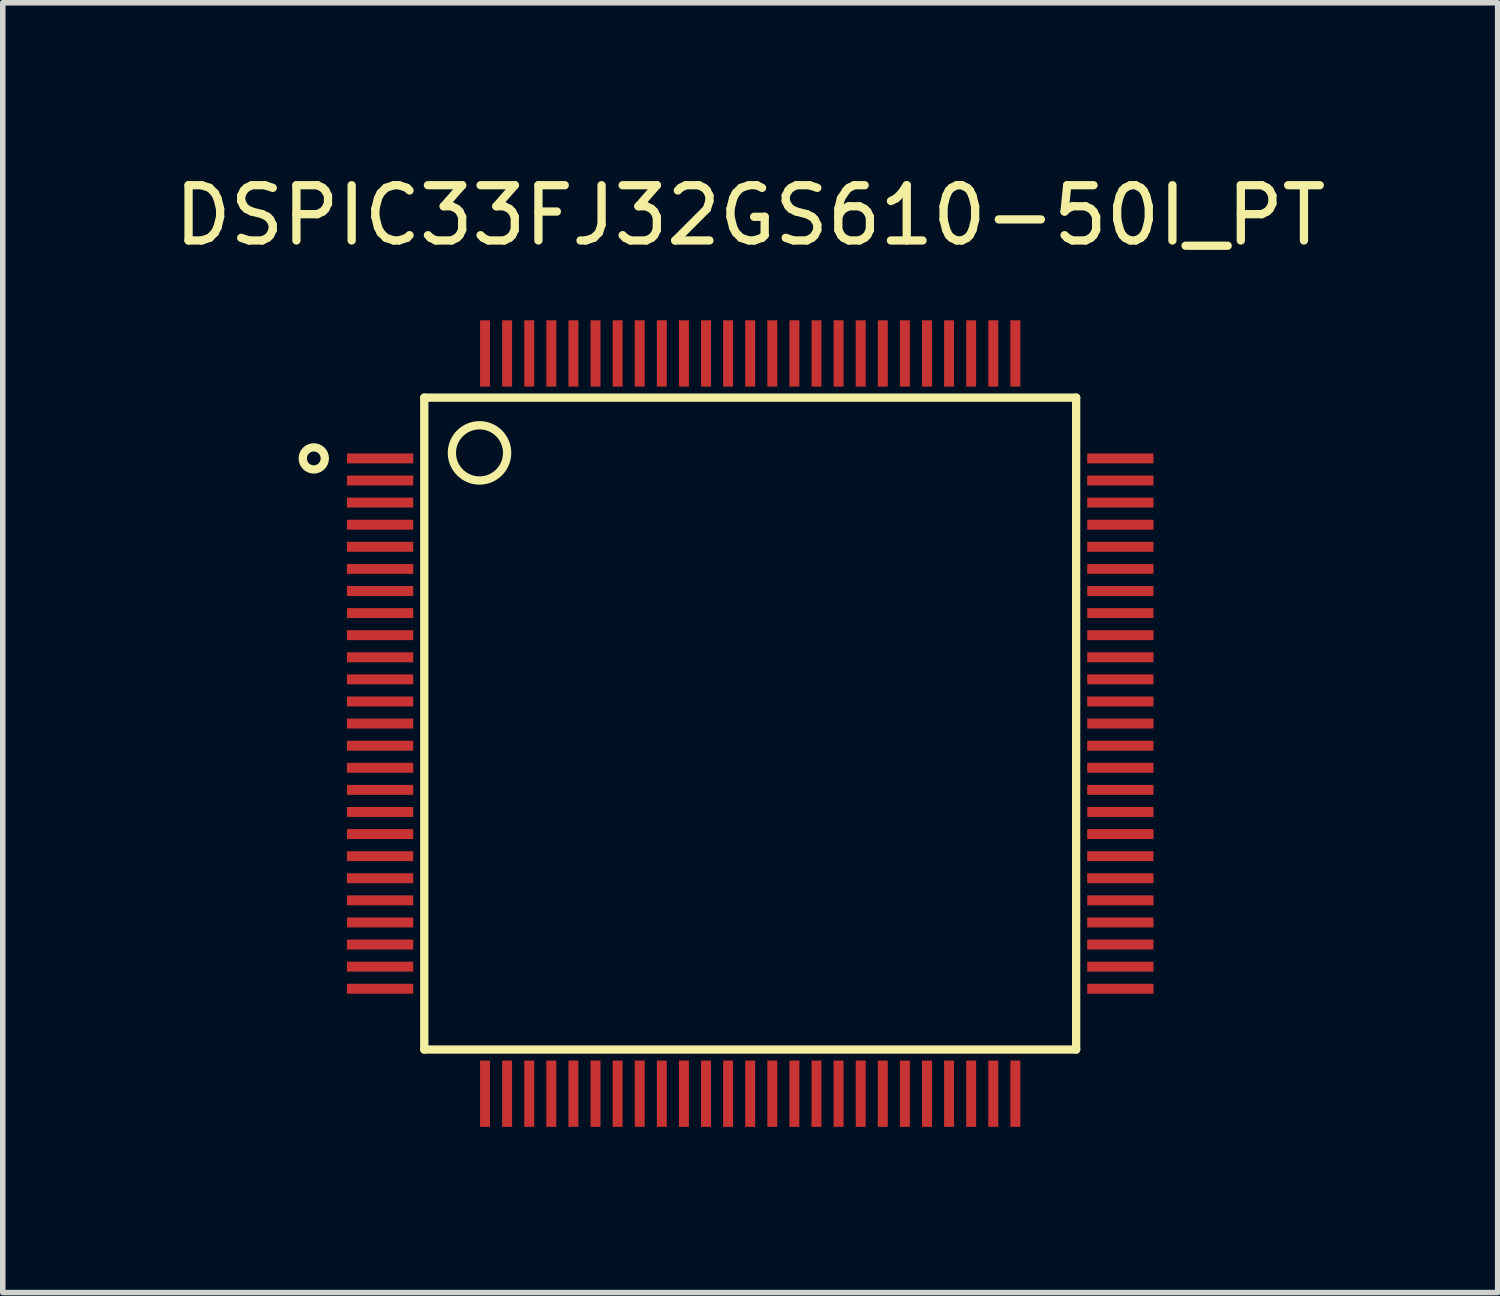
<source format=kicad_pcb>
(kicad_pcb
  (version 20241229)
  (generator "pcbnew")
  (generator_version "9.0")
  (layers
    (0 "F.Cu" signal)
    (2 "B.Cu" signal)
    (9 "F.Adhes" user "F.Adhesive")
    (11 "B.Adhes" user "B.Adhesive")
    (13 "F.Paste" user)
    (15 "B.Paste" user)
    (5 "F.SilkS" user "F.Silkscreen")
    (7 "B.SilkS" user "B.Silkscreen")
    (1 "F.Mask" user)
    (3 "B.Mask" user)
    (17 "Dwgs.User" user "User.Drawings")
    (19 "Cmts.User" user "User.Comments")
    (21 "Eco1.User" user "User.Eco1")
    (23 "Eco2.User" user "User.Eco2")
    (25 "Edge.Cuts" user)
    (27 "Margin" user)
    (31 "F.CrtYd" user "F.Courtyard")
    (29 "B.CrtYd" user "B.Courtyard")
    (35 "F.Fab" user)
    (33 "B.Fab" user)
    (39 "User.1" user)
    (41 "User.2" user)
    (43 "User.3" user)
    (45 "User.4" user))
  (footprint "DSPIC33FJ32GS610-50I_PT"
    (layer "F.Cu")
    (at 3.83 3.348)
    (property "Reference" "DSPIC33FJ32GS610-50I_PT" (at 6.7 -2.5 0) (layer "F.SilkS") (effects (font (size 1 1) (thickness 0.15))))
    (attr through_hole)
    (fp_line (start 0.8 0.8) (end 0.8 12.6) (stroke (width 0.15) (type solid)) (layer "F.SilkS"))
    (fp_line (start 0.8 0.8) (end 12.6 0.8) (stroke (width 0.15) (type solid)) (layer "F.SilkS"))
    (fp_line (start 0.8 12.6) (end 12.6 12.6) (stroke (width 0.15) (type solid)) (layer "F.SilkS"))
    (fp_line (start 12.6 12.6) (end 12.6 0.8) (stroke (width 0.15) (type solid)) (layer "F.SilkS"))
    (fp_circle (center -1.2 1.9) (end -1.2 1.7) (stroke (width 0.15) (type solid)) (fill no) (layer "F.SilkS"))
    (fp_circle (center 1.8 1.8) (end 1.8 1.3) (stroke (width 0.15) (type solid)) (fill no) (layer "F.SilkS"))
    (pad "1" smd rect (at 0 1.9) (size 1.2 0.18) (layers "F.Cu" "F.Mask" "F.Paste"))
    (pad "2" smd rect (at 0 2.3) (size 1.2 0.18) (layers "F.Cu" "F.Mask" "F.Paste"))
    (pad "3" smd rect (at 0 2.7) (size 1.2 0.18) (layers "F.Cu" "F.Mask" "F.Paste"))
    (pad "4" smd rect (at 0 3.1) (size 1.2 0.18) (layers "F.Cu" "F.Mask" "F.Paste"))
    (pad "5" smd rect (at 0 3.5) (size 1.2 0.18) (layers "F.Cu" "F.Mask" "F.Paste"))
    (pad "6" smd rect (at 0 3.9) (size 1.2 0.18) (layers "F.Cu" "F.Mask" "F.Paste"))
    (pad "7" smd rect (at 0 4.3) (size 1.2 0.18) (layers "F.Cu" "F.Mask" "F.Paste"))
    (pad "8" smd rect (at 0 4.7) (size 1.2 0.18) (layers "F.Cu" "F.Mask" "F.Paste"))
    (pad "9" smd rect (at 0 5.1) (size 1.2 0.18) (layers "F.Cu" "F.Mask" "F.Paste"))
    (pad "10" smd rect (at 0 5.5) (size 1.2 0.18) (layers "F.Cu" "F.Mask" "F.Paste"))
    (pad "11" smd rect (at 0 5.9) (size 1.2 0.18) (layers "F.Cu" "F.Mask" "F.Paste"))
    (pad "12" smd rect (at 0 6.3) (size 1.2 0.18) (layers "F.Cu" "F.Mask" "F.Paste"))
    (pad "13" smd rect (at 0 6.7) (size 1.2 0.18) (layers "F.Cu" "F.Mask" "F.Paste"))
    (pad "14" smd rect (at 0 7.1) (size 1.2 0.18) (layers "F.Cu" "F.Mask" "F.Paste"))
    (pad "15" smd rect (at 0 7.5) (size 1.2 0.18) (layers "F.Cu" "F.Mask" "F.Paste"))
    (pad "16" smd rect (at 0 7.9) (size 1.2 0.18) (layers "F.Cu" "F.Mask" "F.Paste"))
    (pad "17" smd rect (at 0 8.3) (size 1.2 0.18) (layers "F.Cu" "F.Mask" "F.Paste"))
    (pad "18" smd rect (at 0 8.7) (size 1.2 0.18) (layers "F.Cu" "F.Mask" "F.Paste"))
    (pad "19" smd rect (at 0 9.1) (size 1.2 0.18) (layers "F.Cu" "F.Mask" "F.Paste"))
    (pad "20" smd rect (at 0 9.5) (size 1.2 0.18) (layers "F.Cu" "F.Mask" "F.Paste"))
    (pad "21" smd rect (at 0 9.9) (size 1.2 0.18) (layers "F.Cu" "F.Mask" "F.Paste"))
    (pad "22" smd rect (at 0 10.3) (size 1.2 0.18) (layers "F.Cu" "F.Mask" "F.Paste"))
    (pad "23" smd rect (at 0 10.7) (size 1.2 0.18) (layers "F.Cu" "F.Mask" "F.Paste"))
    (pad "24" smd rect (at 0 11.1) (size 1.2 0.18) (layers "F.Cu" "F.Mask" "F.Paste"))
    (pad "25" smd rect (at 0 11.5) (size 1.2 0.18) (layers "F.Cu" "F.Mask" "F.Paste"))
    (pad "26" smd rect (at 1.9 13.4) (size 0.18 1.2) (layers "F.Cu" "F.Mask" "F.Paste"))
    (pad "27" smd rect (at 2.3 13.4) (size 0.18 1.2) (layers "F.Cu" "F.Mask" "F.Paste"))
    (pad "28" smd rect (at 2.7 13.4) (size 0.18 1.2) (layers "F.Cu" "F.Mask" "F.Paste"))
    (pad "29" smd rect (at 3.1 13.4) (size 0.18 1.2) (layers "F.Cu" "F.Mask" "F.Paste"))
    (pad "30" smd rect (at 3.5 13.4) (size 0.18 1.2) (layers "F.Cu" "F.Mask" "F.Paste"))
    (pad "31" smd rect (at 3.9 13.4) (size 0.18 1.2) (layers "F.Cu" "F.Mask" "F.Paste"))
    (pad "32" smd rect (at 4.3 13.4) (size 0.18 1.2) (layers "F.Cu" "F.Mask" "F.Paste"))
    (pad "33" smd rect (at 4.7 13.4) (size 0.18 1.2) (layers "F.Cu" "F.Mask" "F.Paste"))
    (pad "34" smd rect (at 5.1 13.4) (size 0.18 1.2) (layers "F.Cu" "F.Mask" "F.Paste"))
    (pad "35" smd rect (at 5.5 13.4) (size 0.18 1.2) (layers "F.Cu" "F.Mask" "F.Paste"))
    (pad "36" smd rect (at 5.9 13.4) (size 0.18 1.2) (layers "F.Cu" "F.Mask" "F.Paste"))
    (pad "37" smd rect (at 6.3 13.4) (size 0.18 1.2) (layers "F.Cu" "F.Mask" "F.Paste"))
    (pad "38" smd rect (at 6.7 13.4) (size 0.18 1.2) (layers "F.Cu" "F.Mask" "F.Paste"))
    (pad "39" smd rect (at 7.1 13.4) (size 0.18 1.2) (layers "F.Cu" "F.Mask" "F.Paste"))
    (pad "40" smd rect (at 7.5 13.4) (size 0.18 1.2) (layers "F.Cu" "F.Mask" "F.Paste"))
    (pad "41" smd rect (at 7.9 13.4) (size 0.18 1.2) (layers "F.Cu" "F.Mask" "F.Paste"))
    (pad "42" smd rect (at 8.3 13.4) (size 0.18 1.2) (layers "F.Cu" "F.Mask" "F.Paste"))
    (pad "43" smd rect (at 8.7 13.4) (size 0.18 1.2) (layers "F.Cu" "F.Mask" "F.Paste"))
    (pad "44" smd rect (at 9.1 13.4) (size 0.18 1.2) (layers "F.Cu" "F.Mask" "F.Paste"))
    (pad "45" smd rect (at 9.5 13.4) (size 0.18 1.2) (layers "F.Cu" "F.Mask" "F.Paste"))
    (pad "46" smd rect (at 9.9 13.4) (size 0.18 1.2) (layers "F.Cu" "F.Mask" "F.Paste"))
    (pad "47" smd rect (at 10.3 13.4) (size 0.18 1.2) (layers "F.Cu" "F.Mask" "F.Paste"))
    (pad "48" smd rect (at 10.7 13.4) (size 0.18 1.2) (layers "F.Cu" "F.Mask" "F.Paste"))
    (pad "49" smd rect (at 11.1 13.4) (size 0.18 1.2) (layers "F.Cu" "F.Mask" "F.Paste"))
    (pad "50" smd rect (at 11.5 13.4) (size 0.18 1.2) (layers "F.Cu" "F.Mask" "F.Paste"))
    (pad "51" smd rect (at 13.4 11.5) (size 1.2 0.18) (layers "F.Cu" "F.Mask" "F.Paste"))
    (pad "52" smd rect (at 13.4 11.1) (size 1.2 0.18) (layers "F.Cu" "F.Mask" "F.Paste"))
    (pad "53" smd rect (at 13.4 10.7) (size 1.2 0.18) (layers "F.Cu" "F.Mask" "F.Paste"))
    (pad "54" smd rect (at 13.4 10.3) (size 1.2 0.18) (layers "F.Cu" "F.Mask" "F.Paste"))
    (pad "55" smd rect (at 13.4 9.9) (size 1.2 0.18) (layers "F.Cu" "F.Mask" "F.Paste"))
    (pad "56" smd rect (at 13.4 9.5) (size 1.2 0.18) (layers "F.Cu" "F.Mask" "F.Paste"))
    (pad "57" smd rect (at 13.4 9.1) (size 1.2 0.18) (layers "F.Cu" "F.Mask" "F.Paste"))
    (pad "58" smd rect (at 13.4 8.7) (size 1.2 0.18) (layers "F.Cu" "F.Mask" "F.Paste"))
    (pad "59" smd rect (at 13.4 8.3) (size 1.2 0.18) (layers "F.Cu" "F.Mask" "F.Paste"))
    (pad "60" smd rect (at 13.4 7.9) (size 1.2 0.18) (layers "F.Cu" "F.Mask" "F.Paste"))
    (pad "61" smd rect (at 13.4 7.5) (size 1.2 0.18) (layers "F.Cu" "F.Mask" "F.Paste"))
    (pad "62" smd rect (at 13.4 7.1) (size 1.2 0.18) (layers "F.Cu" "F.Mask" "F.Paste"))
    (pad "63" smd rect (at 13.4 6.7) (size 1.2 0.18) (layers "F.Cu" "F.Mask" "F.Paste"))
    (pad "64" smd rect (at 13.4 6.3) (size 1.2 0.18) (layers "F.Cu" "F.Mask" "F.Paste"))
    (pad "65" smd rect (at 13.4 5.9) (size 1.2 0.18) (layers "F.Cu" "F.Mask" "F.Paste"))
    (pad "66" smd rect (at 13.4 5.5) (size 1.2 0.18) (layers "F.Cu" "F.Mask" "F.Paste"))
    (pad "67" smd rect (at 13.4 5.1) (size 1.2 0.18) (layers "F.Cu" "F.Mask" "F.Paste"))
    (pad "68" smd rect (at 13.4 4.7) (size 1.2 0.18) (layers "F.Cu" "F.Mask" "F.Paste"))
    (pad "69" smd rect (at 13.4 4.3) (size 1.2 0.18) (layers "F.Cu" "F.Mask" "F.Paste"))
    (pad "70" smd rect (at 13.4 3.9) (size 1.2 0.18) (layers "F.Cu" "F.Mask" "F.Paste"))
    (pad "71" smd rect (at 13.4 3.5) (size 1.2 0.18) (layers "F.Cu" "F.Mask" "F.Paste"))
    (pad "72" smd rect (at 13.4 3.1) (size 1.2 0.18) (layers "F.Cu" "F.Mask" "F.Paste"))
    (pad "73" smd rect (at 13.4 2.7) (size 1.2 0.18) (layers "F.Cu" "F.Mask" "F.Paste"))
    (pad "74" smd rect (at 13.4 2.3) (size 1.2 0.18) (layers "F.Cu" "F.Mask" "F.Paste"))
    (pad "75" smd rect (at 13.4 1.9) (size 1.2 0.18) (layers "F.Cu" "F.Mask" "F.Paste"))
    (pad "76" smd rect (at 11.5 0) (size 0.18 1.2) (layers "F.Cu" "F.Mask" "F.Paste"))
    (pad "77" smd rect (at 11.1 0) (size 0.18 1.2) (layers "F.Cu" "F.Mask" "F.Paste"))
    (pad "78" smd rect (at 10.7 0) (size 0.18 1.2) (layers "F.Cu" "F.Mask" "F.Paste"))
    (pad "79" smd rect (at 10.3 0) (size 0.18 1.2) (layers "F.Cu" "F.Mask" "F.Paste"))
    (pad "80" smd rect (at 9.9 0) (size 0.18 1.2) (layers "F.Cu" "F.Mask" "F.Paste"))
    (pad "81" smd rect (at 9.5 0) (size 0.18 1.2) (layers "F.Cu" "F.Mask" "F.Paste"))
    (pad "82" smd rect (at 9.1 0) (size 0.18 1.2) (layers "F.Cu" "F.Mask" "F.Paste"))
    (pad "83" smd rect (at 8.7 0) (size 0.18 1.2) (layers "F.Cu" "F.Mask" "F.Paste"))
    (pad "84" smd rect (at 8.3 0) (size 0.18 1.2) (layers "F.Cu" "F.Mask" "F.Paste"))
    (pad "85" smd rect (at 7.9 0) (size 0.18 1.2) (layers "F.Cu" "F.Mask" "F.Paste"))
    (pad "86" smd rect (at 7.5 0) (size 0.18 1.2) (layers "F.Cu" "F.Mask" "F.Paste"))
    (pad "87" smd rect (at 7.1 0) (size 0.18 1.2) (layers "F.Cu" "F.Mask" "F.Paste"))
    (pad "88" smd rect (at 6.7 0) (size 0.18 1.2) (layers "F.Cu" "F.Mask" "F.Paste"))
    (pad "89" smd rect (at 6.3 0) (size 0.18 1.2) (layers "F.Cu" "F.Mask" "F.Paste"))
    (pad "90" smd rect (at 5.9 0) (size 0.18 1.2) (layers "F.Cu" "F.Mask" "F.Paste"))
    (pad "91" smd rect (at 5.5 0) (size 0.18 1.2) (layers "F.Cu" "F.Mask" "F.Paste"))
    (pad "92" smd rect (at 5.1 0) (size 0.18 1.2) (layers "F.Cu" "F.Mask" "F.Paste"))
    (pad "93" smd rect (at 4.7 0) (size 0.18 1.2) (layers "F.Cu" "F.Mask" "F.Paste"))
    (pad "94" smd rect (at 4.3 0) (size 0.18 1.2) (layers "F.Cu" "F.Mask" "F.Paste"))
    (pad "95" smd rect (at 3.9 0) (size 0.18 1.2) (layers "F.Cu" "F.Mask" "F.Paste"))
    (pad "96" smd rect (at 3.5 0) (size 0.18 1.2) (layers "F.Cu" "F.Mask" "F.Paste"))
    (pad "97" smd rect (at 3.1 0) (size 0.18 1.2) (layers "F.Cu" "F.Mask" "F.Paste"))
    (pad "98" smd rect (at 2.7 0) (size 0.18 1.2) (layers "F.Cu" "F.Mask" "F.Paste"))
    (pad "99" smd rect (at 2.3 0) (size 0.18 1.2) (layers "F.Cu" "F.Mask" "F.Paste"))
    (pad "100" smd rect (at 1.9 0) (size 0.18 1.2) (layers "F.Cu" "F.Mask" "F.Paste")))
  (gr_rect
    (start -3 -3)
    (end 24.06 20.348)
    (stroke (width 0.1) (type default))
    (fill no)
    (layer "Edge.Cuts")))
</source>
